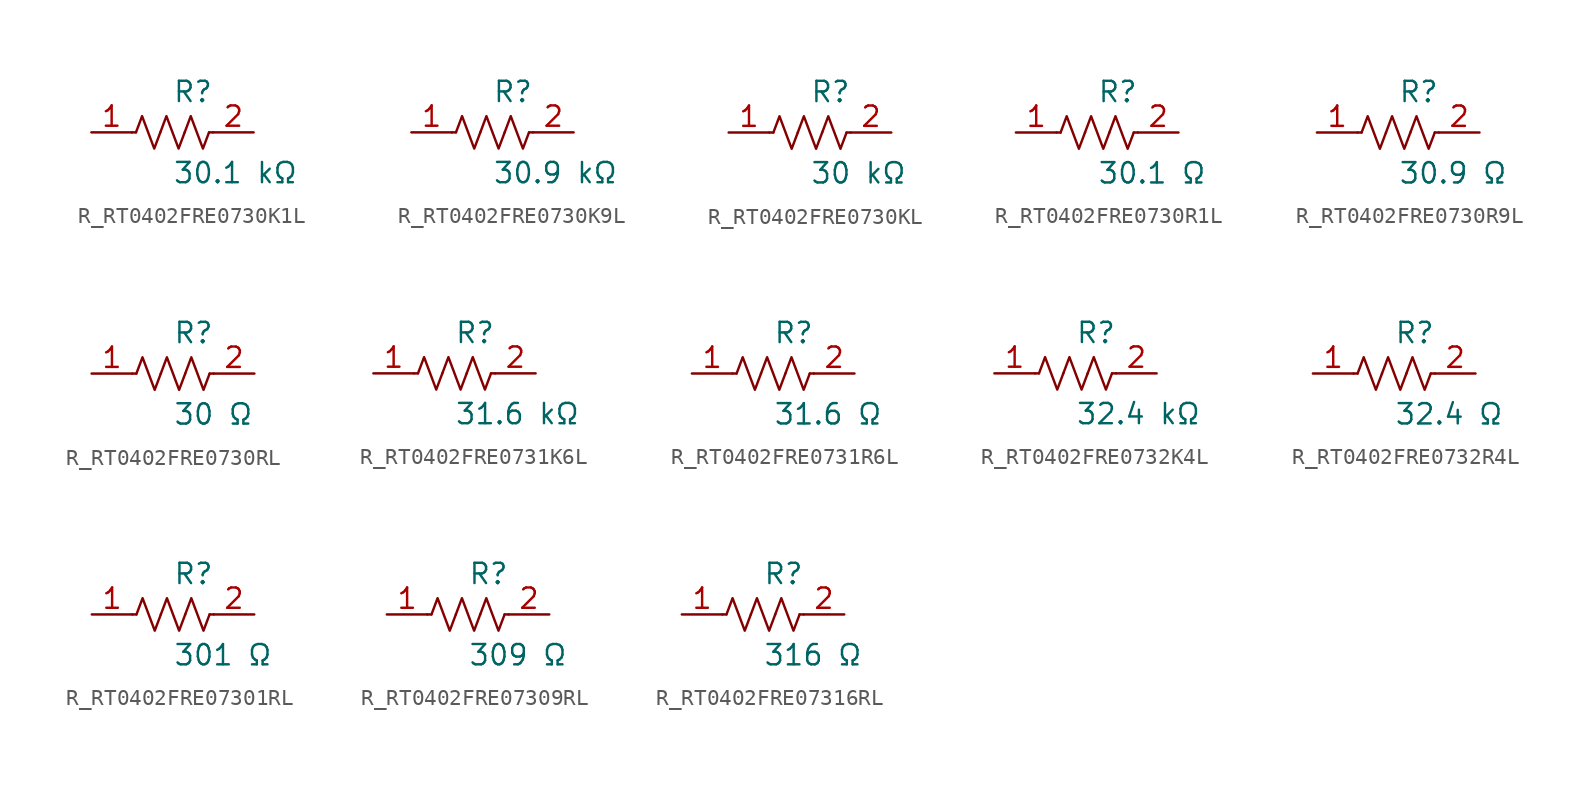
<source format=kicad_sym>
(kicad_symbol_lib
  (version 20231120)
  (generator kicad_symbol_editor)
  (generator_version 8.0)
  (symbol "R_RT0402FRE0730K1L"
    (pin_names
      (offset 0.254))
    (property "Reference" "R"
      (at 0.0 2.54 0)
      (effects (font (size 1.27 1.27)) (justify left)))
    (property "Value" "30.1 kΩ"
      (at 0.0 -2.54 0)
      (effects (font (size 1.27 1.27)) (justify left)))
    (symbol "R_RT0402FRE0730K1L_0_1"
      (polyline (pts (xy 2.286 0) (xy 2.54 0)) (stroke (width 0) (type default)) (fill (type none)))
      (polyline (pts (xy -2.286 0) (xy -2.54 0)) (stroke (width 0) (type default)) (fill (type none)))
      (polyline (pts (xy 0.762 0) (xy 1.143 1.016) (xy 1.524 0) (xy 1.905 -1.016) (xy 2.286 0)) (stroke (width 0) (type default)) (fill (type none)))
      (polyline (pts (xy -0.762 0) (xy -0.381 1.016) (xy 0 0) (xy 0.381 -1.016) (xy 0.762 0)) (stroke (width 0) (type default)) (fill (type none)))
      (polyline (pts (xy -2.286 0) (xy -1.905 1.016) (xy -1.524 0) (xy -1.143 -1.016) (xy -0.762 0)) (stroke (width 0) (type default)) (fill (type none))))
    (pin unspecified line
      (at -5.08 0 0)
      (length 2.54)
      (name "" (effects (font (size 1.27 1.27))))
      (number "1" (effects (font (size 1.27 1.27)))))
    (pin unspecified line
      (at 5.08 0 180)
      (length 2.54)
      (name "" (effects (font (size 1.27 1.27))))
      (number "2" (effects (font (size 1.27 1.27))))))
  (symbol "R_RT0402FRE0730K9L"
    (pin_names
      (offset 0.254))
    (property "Reference" "R"
      (at 0.0 2.54 0)
      (effects (font (size 1.27 1.27)) (justify left)))
    (property "Value" "30.9 kΩ"
      (at 0.0 -2.54 0)
      (effects (font (size 1.27 1.27)) (justify left)))
    (symbol "R_RT0402FRE0730K9L_0_1"
      (polyline (pts (xy 2.286 0) (xy 2.54 0)) (stroke (width 0) (type default)) (fill (type none)))
      (polyline (pts (xy -2.286 0) (xy -2.54 0)) (stroke (width 0) (type default)) (fill (type none)))
      (polyline (pts (xy 0.762 0) (xy 1.143 1.016) (xy 1.524 0) (xy 1.905 -1.016) (xy 2.286 0)) (stroke (width 0) (type default)) (fill (type none)))
      (polyline (pts (xy -0.762 0) (xy -0.381 1.016) (xy 0 0) (xy 0.381 -1.016) (xy 0.762 0)) (stroke (width 0) (type default)) (fill (type none)))
      (polyline (pts (xy -2.286 0) (xy -1.905 1.016) (xy -1.524 0) (xy -1.143 -1.016) (xy -0.762 0)) (stroke (width 0) (type default)) (fill (type none))))
    (pin unspecified line
      (at -5.08 0 0)
      (length 2.54)
      (name "" (effects (font (size 1.27 1.27))))
      (number "1" (effects (font (size 1.27 1.27)))))
    (pin unspecified line
      (at 5.08 0 180)
      (length 2.54)
      (name "" (effects (font (size 1.27 1.27))))
      (number "2" (effects (font (size 1.27 1.27))))))
  (symbol "R_RT0402FRE0730KL"
    (pin_names
      (offset 0.254))
    (property "Reference" "R"
      (at 0.0 2.54 0)
      (effects (font (size 1.27 1.27)) (justify left)))
    (property "Value" "30 kΩ"
      (at 0.0 -2.54 0)
      (effects (font (size 1.27 1.27)) (justify left)))
    (symbol "R_RT0402FRE0730KL_0_1"
      (polyline (pts (xy 2.286 0) (xy 2.54 0)) (stroke (width 0) (type default)) (fill (type none)))
      (polyline (pts (xy -2.286 0) (xy -2.54 0)) (stroke (width 0) (type default)) (fill (type none)))
      (polyline (pts (xy 0.762 0) (xy 1.143 1.016) (xy 1.524 0) (xy 1.905 -1.016) (xy 2.286 0)) (stroke (width 0) (type default)) (fill (type none)))
      (polyline (pts (xy -0.762 0) (xy -0.381 1.016) (xy 0 0) (xy 0.381 -1.016) (xy 0.762 0)) (stroke (width 0) (type default)) (fill (type none)))
      (polyline (pts (xy -2.286 0) (xy -1.905 1.016) (xy -1.524 0) (xy -1.143 -1.016) (xy -0.762 0)) (stroke (width 0) (type default)) (fill (type none))))
    (pin unspecified line
      (at -5.08 0 0)
      (length 2.54)
      (name "" (effects (font (size 1.27 1.27))))
      (number "1" (effects (font (size 1.27 1.27)))))
    (pin unspecified line
      (at 5.08 0 180)
      (length 2.54)
      (name "" (effects (font (size 1.27 1.27))))
      (number "2" (effects (font (size 1.27 1.27))))))
  (symbol "R_RT0402FRE0730R1L"
    (pin_names
      (offset 0.254))
    (property "Reference" "R"
      (at 0.0 2.54 0)
      (effects (font (size 1.27 1.27)) (justify left)))
    (property "Value" "30.1 Ω"
      (at 0.0 -2.54 0)
      (effects (font (size 1.27 1.27)) (justify left)))
    (symbol "R_RT0402FRE0730R1L_0_1"
      (polyline (pts (xy 2.286 0) (xy 2.54 0)) (stroke (width 0) (type default)) (fill (type none)))
      (polyline (pts (xy -2.286 0) (xy -2.54 0)) (stroke (width 0) (type default)) (fill (type none)))
      (polyline (pts (xy 0.762 0) (xy 1.143 1.016) (xy 1.524 0) (xy 1.905 -1.016) (xy 2.286 0)) (stroke (width 0) (type default)) (fill (type none)))
      (polyline (pts (xy -0.762 0) (xy -0.381 1.016) (xy 0 0) (xy 0.381 -1.016) (xy 0.762 0)) (stroke (width 0) (type default)) (fill (type none)))
      (polyline (pts (xy -2.286 0) (xy -1.905 1.016) (xy -1.524 0) (xy -1.143 -1.016) (xy -0.762 0)) (stroke (width 0) (type default)) (fill (type none))))
    (pin unspecified line
      (at -5.08 0 0)
      (length 2.54)
      (name "" (effects (font (size 1.27 1.27))))
      (number "1" (effects (font (size 1.27 1.27)))))
    (pin unspecified line
      (at 5.08 0 180)
      (length 2.54)
      (name "" (effects (font (size 1.27 1.27))))
      (number "2" (effects (font (size 1.27 1.27))))))
  (symbol "R_RT0402FRE0730R9L"
    (pin_names
      (offset 0.254))
    (property "Reference" "R"
      (at 0.0 2.54 0)
      (effects (font (size 1.27 1.27)) (justify left)))
    (property "Value" "30.9 Ω"
      (at 0.0 -2.54 0)
      (effects (font (size 1.27 1.27)) (justify left)))
    (symbol "R_RT0402FRE0730R9L_0_1"
      (polyline (pts (xy 2.286 0) (xy 2.54 0)) (stroke (width 0) (type default)) (fill (type none)))
      (polyline (pts (xy -2.286 0) (xy -2.54 0)) (stroke (width 0) (type default)) (fill (type none)))
      (polyline (pts (xy 0.762 0) (xy 1.143 1.016) (xy 1.524 0) (xy 1.905 -1.016) (xy 2.286 0)) (stroke (width 0) (type default)) (fill (type none)))
      (polyline (pts (xy -0.762 0) (xy -0.381 1.016) (xy 0 0) (xy 0.381 -1.016) (xy 0.762 0)) (stroke (width 0) (type default)) (fill (type none)))
      (polyline (pts (xy -2.286 0) (xy -1.905 1.016) (xy -1.524 0) (xy -1.143 -1.016) (xy -0.762 0)) (stroke (width 0) (type default)) (fill (type none))))
    (pin unspecified line
      (at -5.08 0 0)
      (length 2.54)
      (name "" (effects (font (size 1.27 1.27))))
      (number "1" (effects (font (size 1.27 1.27)))))
    (pin unspecified line
      (at 5.08 0 180)
      (length 2.54)
      (name "" (effects (font (size 1.27 1.27))))
      (number "2" (effects (font (size 1.27 1.27))))))
  (symbol "R_RT0402FRE0730RL"
    (pin_names
      (offset 0.254))
    (property "Reference" "R"
      (at 0.0 2.54 0)
      (effects (font (size 1.27 1.27)) (justify left)))
    (property "Value" "30 Ω"
      (at 0.0 -2.54 0)
      (effects (font (size 1.27 1.27)) (justify left)))
    (symbol "R_RT0402FRE0730RL_0_1"
      (polyline (pts (xy 2.286 0) (xy 2.54 0)) (stroke (width 0) (type default)) (fill (type none)))
      (polyline (pts (xy -2.286 0) (xy -2.54 0)) (stroke (width 0) (type default)) (fill (type none)))
      (polyline (pts (xy 0.762 0) (xy 1.143 1.016) (xy 1.524 0) (xy 1.905 -1.016) (xy 2.286 0)) (stroke (width 0) (type default)) (fill (type none)))
      (polyline (pts (xy -0.762 0) (xy -0.381 1.016) (xy 0 0) (xy 0.381 -1.016) (xy 0.762 0)) (stroke (width 0) (type default)) (fill (type none)))
      (polyline (pts (xy -2.286 0) (xy -1.905 1.016) (xy -1.524 0) (xy -1.143 -1.016) (xy -0.762 0)) (stroke (width 0) (type default)) (fill (type none))))
    (pin unspecified line
      (at -5.08 0 0)
      (length 2.54)
      (name "" (effects (font (size 1.27 1.27))))
      (number "1" (effects (font (size 1.27 1.27)))))
    (pin unspecified line
      (at 5.08 0 180)
      (length 2.54)
      (name "" (effects (font (size 1.27 1.27))))
      (number "2" (effects (font (size 1.27 1.27))))))
  (symbol "R_RT0402FRE0731K6L"
    (pin_names
      (offset 0.254))
    (property "Reference" "R"
      (at 0.0 2.54 0)
      (effects (font (size 1.27 1.27)) (justify left)))
    (property "Value" "31.6 kΩ"
      (at 0.0 -2.54 0)
      (effects (font (size 1.27 1.27)) (justify left)))
    (symbol "R_RT0402FRE0731K6L_0_1"
      (polyline (pts (xy 2.286 0) (xy 2.54 0)) (stroke (width 0) (type default)) (fill (type none)))
      (polyline (pts (xy -2.286 0) (xy -2.54 0)) (stroke (width 0) (type default)) (fill (type none)))
      (polyline (pts (xy 0.762 0) (xy 1.143 1.016) (xy 1.524 0) (xy 1.905 -1.016) (xy 2.286 0)) (stroke (width 0) (type default)) (fill (type none)))
      (polyline (pts (xy -0.762 0) (xy -0.381 1.016) (xy 0 0) (xy 0.381 -1.016) (xy 0.762 0)) (stroke (width 0) (type default)) (fill (type none)))
      (polyline (pts (xy -2.286 0) (xy -1.905 1.016) (xy -1.524 0) (xy -1.143 -1.016) (xy -0.762 0)) (stroke (width 0) (type default)) (fill (type none))))
    (pin unspecified line
      (at -5.08 0 0)
      (length 2.54)
      (name "" (effects (font (size 1.27 1.27))))
      (number "1" (effects (font (size 1.27 1.27)))))
    (pin unspecified line
      (at 5.08 0 180)
      (length 2.54)
      (name "" (effects (font (size 1.27 1.27))))
      (number "2" (effects (font (size 1.27 1.27))))))
  (symbol "R_RT0402FRE0731R6L"
    (pin_names
      (offset 0.254))
    (property "Reference" "R"
      (at 0.0 2.54 0)
      (effects (font (size 1.27 1.27)) (justify left)))
    (property "Value" "31.6 Ω"
      (at 0.0 -2.54 0)
      (effects (font (size 1.27 1.27)) (justify left)))
    (symbol "R_RT0402FRE0731R6L_0_1"
      (polyline (pts (xy 2.286 0) (xy 2.54 0)) (stroke (width 0) (type default)) (fill (type none)))
      (polyline (pts (xy -2.286 0) (xy -2.54 0)) (stroke (width 0) (type default)) (fill (type none)))
      (polyline (pts (xy 0.762 0) (xy 1.143 1.016) (xy 1.524 0) (xy 1.905 -1.016) (xy 2.286 0)) (stroke (width 0) (type default)) (fill (type none)))
      (polyline (pts (xy -0.762 0) (xy -0.381 1.016) (xy 0 0) (xy 0.381 -1.016) (xy 0.762 0)) (stroke (width 0) (type default)) (fill (type none)))
      (polyline (pts (xy -2.286 0) (xy -1.905 1.016) (xy -1.524 0) (xy -1.143 -1.016) (xy -0.762 0)) (stroke (width 0) (type default)) (fill (type none))))
    (pin unspecified line
      (at -5.08 0 0)
      (length 2.54)
      (name "" (effects (font (size 1.27 1.27))))
      (number "1" (effects (font (size 1.27 1.27)))))
    (pin unspecified line
      (at 5.08 0 180)
      (length 2.54)
      (name "" (effects (font (size 1.27 1.27))))
      (number "2" (effects (font (size 1.27 1.27))))))
  (symbol "R_RT0402FRE0732K4L"
    (pin_names
      (offset 0.254))
    (property "Reference" "R"
      (at 0.0 2.54 0)
      (effects (font (size 1.27 1.27)) (justify left)))
    (property "Value" "32.4 kΩ"
      (at 0.0 -2.54 0)
      (effects (font (size 1.27 1.27)) (justify left)))
    (symbol "R_RT0402FRE0732K4L_0_1"
      (polyline (pts (xy 2.286 0) (xy 2.54 0)) (stroke (width 0) (type default)) (fill (type none)))
      (polyline (pts (xy -2.286 0) (xy -2.54 0)) (stroke (width 0) (type default)) (fill (type none)))
      (polyline (pts (xy 0.762 0) (xy 1.143 1.016) (xy 1.524 0) (xy 1.905 -1.016) (xy 2.286 0)) (stroke (width 0) (type default)) (fill (type none)))
      (polyline (pts (xy -0.762 0) (xy -0.381 1.016) (xy 0 0) (xy 0.381 -1.016) (xy 0.762 0)) (stroke (width 0) (type default)) (fill (type none)))
      (polyline (pts (xy -2.286 0) (xy -1.905 1.016) (xy -1.524 0) (xy -1.143 -1.016) (xy -0.762 0)) (stroke (width 0) (type default)) (fill (type none))))
    (pin unspecified line
      (at -5.08 0 0)
      (length 2.54)
      (name "" (effects (font (size 1.27 1.27))))
      (number "1" (effects (font (size 1.27 1.27)))))
    (pin unspecified line
      (at 5.08 0 180)
      (length 2.54)
      (name "" (effects (font (size 1.27 1.27))))
      (number "2" (effects (font (size 1.27 1.27))))))
  (symbol "R_RT0402FRE0732R4L"
    (pin_names
      (offset 0.254))
    (property "Reference" "R"
      (at 0.0 2.54 0)
      (effects (font (size 1.27 1.27)) (justify left)))
    (property "Value" "32.4 Ω"
      (at 0.0 -2.54 0)
      (effects (font (size 1.27 1.27)) (justify left)))
    (symbol "R_RT0402FRE0732R4L_0_1"
      (polyline (pts (xy 2.286 0) (xy 2.54 0)) (stroke (width 0) (type default)) (fill (type none)))
      (polyline (pts (xy -2.286 0) (xy -2.54 0)) (stroke (width 0) (type default)) (fill (type none)))
      (polyline (pts (xy 0.762 0) (xy 1.143 1.016) (xy 1.524 0) (xy 1.905 -1.016) (xy 2.286 0)) (stroke (width 0) (type default)) (fill (type none)))
      (polyline (pts (xy -0.762 0) (xy -0.381 1.016) (xy 0 0) (xy 0.381 -1.016) (xy 0.762 0)) (stroke (width 0) (type default)) (fill (type none)))
      (polyline (pts (xy -2.286 0) (xy -1.905 1.016) (xy -1.524 0) (xy -1.143 -1.016) (xy -0.762 0)) (stroke (width 0) (type default)) (fill (type none))))
    (pin unspecified line
      (at -5.08 0 0)
      (length 2.54)
      (name "" (effects (font (size 1.27 1.27))))
      (number "1" (effects (font (size 1.27 1.27)))))
    (pin unspecified line
      (at 5.08 0 180)
      (length 2.54)
      (name "" (effects (font (size 1.27 1.27))))
      (number "2" (effects (font (size 1.27 1.27))))))
  (symbol "R_RT0402FRE07301RL"
    (pin_names
      (offset 0.254))
    (property "Reference" "R"
      (at 0.0 2.54 0)
      (effects (font (size 1.27 1.27)) (justify left)))
    (property "Value" "301 Ω"
      (at 0.0 -2.54 0)
      (effects (font (size 1.27 1.27)) (justify left)))
    (symbol "R_RT0402FRE07301RL_0_1"
      (polyline (pts (xy 2.286 0) (xy 2.54 0)) (stroke (width 0) (type default)) (fill (type none)))
      (polyline (pts (xy -2.286 0) (xy -2.54 0)) (stroke (width 0) (type default)) (fill (type none)))
      (polyline (pts (xy 0.762 0) (xy 1.143 1.016) (xy 1.524 0) (xy 1.905 -1.016) (xy 2.286 0)) (stroke (width 0) (type default)) (fill (type none)))
      (polyline (pts (xy -0.762 0) (xy -0.381 1.016) (xy 0 0) (xy 0.381 -1.016) (xy 0.762 0)) (stroke (width 0) (type default)) (fill (type none)))
      (polyline (pts (xy -2.286 0) (xy -1.905 1.016) (xy -1.524 0) (xy -1.143 -1.016) (xy -0.762 0)) (stroke (width 0) (type default)) (fill (type none))))
    (pin unspecified line
      (at -5.08 0 0)
      (length 2.54)
      (name "" (effects (font (size 1.27 1.27))))
      (number "1" (effects (font (size 1.27 1.27)))))
    (pin unspecified line
      (at 5.08 0 180)
      (length 2.54)
      (name "" (effects (font (size 1.27 1.27))))
      (number "2" (effects (font (size 1.27 1.27))))))
  (symbol "R_RT0402FRE07309RL"
    (pin_names
      (offset 0.254))
    (property "Reference" "R"
      (at 0.0 2.54 0)
      (effects (font (size 1.27 1.27)) (justify left)))
    (property "Value" "309 Ω"
      (at 0.0 -2.54 0)
      (effects (font (size 1.27 1.27)) (justify left)))
    (symbol "R_RT0402FRE07309RL_0_1"
      (polyline (pts (xy 2.286 0) (xy 2.54 0)) (stroke (width 0) (type default)) (fill (type none)))
      (polyline (pts (xy -2.286 0) (xy -2.54 0)) (stroke (width 0) (type default)) (fill (type none)))
      (polyline (pts (xy 0.762 0) (xy 1.143 1.016) (xy 1.524 0) (xy 1.905 -1.016) (xy 2.286 0)) (stroke (width 0) (type default)) (fill (type none)))
      (polyline (pts (xy -0.762 0) (xy -0.381 1.016) (xy 0 0) (xy 0.381 -1.016) (xy 0.762 0)) (stroke (width 0) (type default)) (fill (type none)))
      (polyline (pts (xy -2.286 0) (xy -1.905 1.016) (xy -1.524 0) (xy -1.143 -1.016) (xy -0.762 0)) (stroke (width 0) (type default)) (fill (type none))))
    (pin unspecified line
      (at -5.08 0 0)
      (length 2.54)
      (name "" (effects (font (size 1.27 1.27))))
      (number "1" (effects (font (size 1.27 1.27)))))
    (pin unspecified line
      (at 5.08 0 180)
      (length 2.54)
      (name "" (effects (font (size 1.27 1.27))))
      (number "2" (effects (font (size 1.27 1.27))))))
  (symbol "R_RT0402FRE07316RL"
    (pin_names
      (offset 0.254))
    (property "Reference" "R"
      (at 0.0 2.54 0)
      (effects (font (size 1.27 1.27)) (justify left)))
    (property "Value" "316 Ω"
      (at 0.0 -2.54 0)
      (effects (font (size 1.27 1.27)) (justify left)))
    (symbol "R_RT0402FRE07316RL_0_1"
      (polyline (pts (xy 2.286 0) (xy 2.54 0)) (stroke (width 0) (type default)) (fill (type none)))
      (polyline (pts (xy -2.286 0) (xy -2.54 0)) (stroke (width 0) (type default)) (fill (type none)))
      (polyline (pts (xy 0.762 0) (xy 1.143 1.016) (xy 1.524 0) (xy 1.905 -1.016) (xy 2.286 0)) (stroke (width 0) (type default)) (fill (type none)))
      (polyline (pts (xy -0.762 0) (xy -0.381 1.016) (xy 0 0) (xy 0.381 -1.016) (xy 0.762 0)) (stroke (width 0) (type default)) (fill (type none)))
      (polyline (pts (xy -2.286 0) (xy -1.905 1.016) (xy -1.524 0) (xy -1.143 -1.016) (xy -0.762 0)) (stroke (width 0) (type default)) (fill (type none))))
    (pin unspecified line
      (at -5.08 0 0)
      (length 2.54)
      (name "" (effects (font (size 1.27 1.27))))
      (number "1" (effects (font (size 1.27 1.27)))))
    (pin unspecified line
      (at 5.08 0 180)
      (length 2.54)
      (name "" (effects (font (size 1.27 1.27))))
      (number "2" (effects (font (size 1.27 1.27)))))))
</source>
